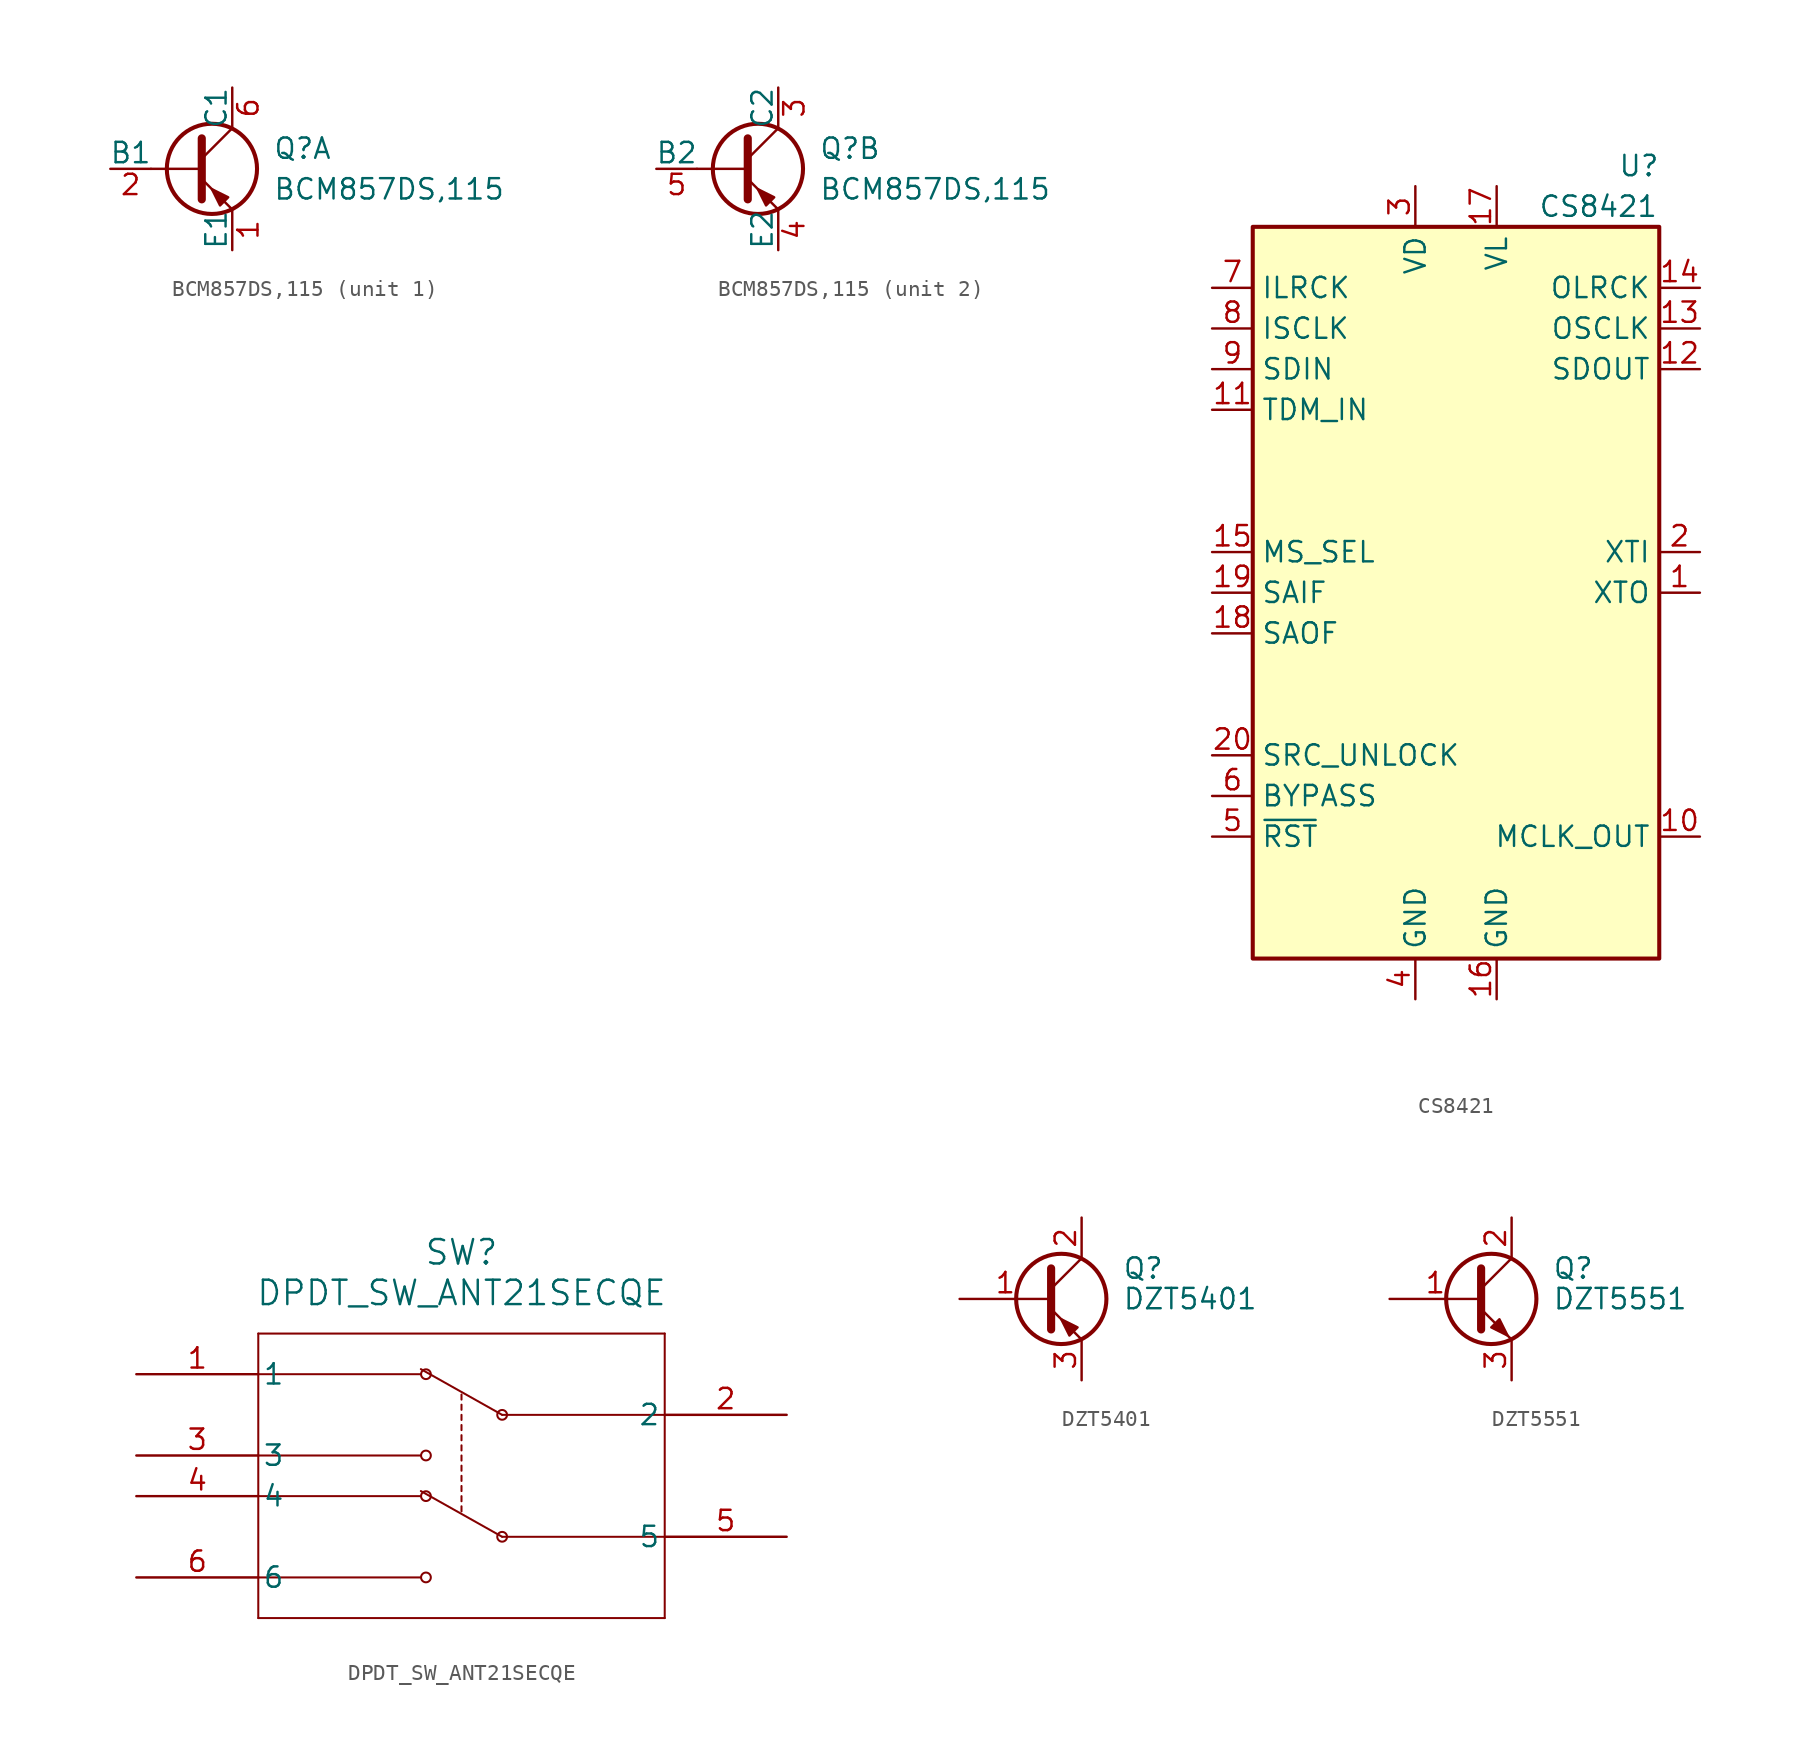
<source format=kicad_sym>
(kicad_symbol_lib
  (version 20231120)
  (generator "kicad_symbol_editor")
  (generator_version "8.0")
  (symbol "BCM857DS,115"
    (pin_names
      (offset 0))
    (property "Reference" "Q"
      (at 5.08 1.27 0)
      (effects (font (size 1.27 1.27)) (justify left)))
    (property "Value" "BCM857DS,115"
      (at 5.08 -1.27 0)
      (effects (font (size 1.27 1.27)) (justify left)))
    (symbol "BCM857DS,115_0_1"
      (polyline (pts (xy 0.635 0) (xy -2.54 0)) (stroke (width 0) (type solid)) (fill (type none)))
      (polyline (pts (xy 0.635 0.635) (xy 2.54 2.54)) (stroke (width 0) (type solid)) (fill (type none)))
      (polyline (pts (xy 0.635 -0.635) (xy 2.54 -2.54) (xy 2.54 -2.54)) (stroke (width 0) (type solid)) (fill (type none)))
      (polyline (pts (xy 0.635 1.905) (xy 0.635 -1.905) (xy 0.635 -1.905)) (stroke (width 0.508) (type solid)) (fill (type none)))
      (polyline (pts (xy 2.286 -1.778) (xy 1.778 -2.286) (xy 1.27 -1.27) (xy 2.286 -1.778) (xy 2.286 -1.778)) (stroke (width 0) (type solid)) (fill (type outline)))
      (circle (center 1.27 0) (radius 2.819) (stroke (width 0.254) (type solid)) (fill (type none))))
    (symbol "BCM857DS,115_1_1"
      (pin passive line (at 2.54 -5.08 90) (length 2.54) (name "E1" (effects (font (size 1.27 1.27)))) (number "1" (effects (font (size 1.27 1.27)))))
      (pin input line (at -5.08 0 0) (length 2.54) (name "B1" (effects (font (size 1.27 1.27)))) (number "2" (effects (font (size 1.27 1.27)))))
      (pin passive line (at 2.54 5.08 270) (length 2.54) (name "C1" (effects (font (size 1.27 1.27)))) (number "6" (effects (font (size 1.27 1.27))))))
    (symbol "BCM857DS,115_2_1"
      (pin passive line (at 2.54 5.08 270) (length 2.54) (name "C2" (effects (font (size 1.27 1.27)))) (number "3" (effects (font (size 1.27 1.27)))))
      (pin passive line (at 2.54 -5.08 90) (length 2.54) (name "E2" (effects (font (size 1.27 1.27)))) (number "4" (effects (font (size 1.27 1.27)))))
      (pin input line (at -5.08 0 0) (length 2.54) (name "B2" (effects (font (size 1.27 1.27)))) (number "5" (effects (font (size 1.27 1.27)))))))
  (symbol "CS8421"
    (property "Reference" "U"
      (at 11.43 26.67 0)
      (effects (font (size 1.27 1.27))))
    (property "Value" "CS8421"
      (at 8.89 24.13 0)
      (effects (font (size 1.27 1.27))))
    (symbol "CS8421_0_1"
      (rectangle (start -12.7 22.86) (end 12.7 -22.86) (stroke (width 0.254) (type solid)) (fill (type background))))
    (symbol "CS8421_1_1"
      (pin output line (at 15.24 0 180) (length 2.54) (name "XTO" (effects (font (size 1.27 1.27)))) (number "1" (effects (font (size 1.27 1.27)))))
      (pin output line (at 15.24 -15.24 180) (length 2.54) (name "MCLK_OUT" (effects (font (size 1.27 1.27)))) (number "10" (effects (font (size 1.27 1.27)))))
      (pin input line (at -15.24 11.43 0) (length 2.54) (name "TDM_IN" (effects (font (size 1.27 1.27)))) (number "11" (effects (font (size 1.27 1.27)))))
      (pin bidirectional line (at 15.24 13.97 180) (length 2.54) (name "SDOUT" (effects (font (size 1.27 1.27)))) (number "12" (effects (font (size 1.27 1.27)))))
      (pin bidirectional line (at 15.24 16.51 180) (length 2.54) (name "OSCLK" (effects (font (size 1.27 1.27)))) (number "13" (effects (font (size 1.27 1.27)))))
      (pin bidirectional line (at 15.24 19.05 180) (length 2.54) (name "OLRCK" (effects (font (size 1.27 1.27)))) (number "14" (effects (font (size 1.27 1.27)))))
      (pin input line (at -15.24 2.54 0) (length 2.54) (name "MS_SEL" (effects (font (size 1.27 1.27)))) (number "15" (effects (font (size 1.27 1.27)))))
      (pin power_in line (at 2.54 -25.4 90) (length 2.54) (name "GND" (effects (font (size 1.27 1.27)))) (number "16" (effects (font (size 1.27 1.27)))))
      (pin power_in line (at 2.54 25.4 270) (length 2.54) (name "VL" (effects (font (size 1.27 1.27)))) (number "17" (effects (font (size 1.27 1.27)))))
      (pin input line (at -15.24 -2.54 0) (length 2.54) (name "SAOF" (effects (font (size 1.27 1.27)))) (number "18" (effects (font (size 1.27 1.27)))))
      (pin input line (at -15.24 0 0) (length 2.54) (name "SAIF" (effects (font (size 1.27 1.27)))) (number "19" (effects (font (size 1.27 1.27)))))
      (pin input line (at 15.24 2.54 180) (length 2.54) (name "XTI" (effects (font (size 1.27 1.27)))) (number "2" (effects (font (size 1.27 1.27)))))
      (pin output line (at -15.24 -10.16 0) (length 2.54) (name "SRC_UNLOCK" (effects (font (size 1.27 1.27)))) (number "20" (effects (font (size 1.27 1.27)))))
      (pin power_in line (at -2.54 25.4 270) (length 2.54) (name "VD" (effects (font (size 1.27 1.27)))) (number "3" (effects (font (size 1.27 1.27)))))
      (pin power_in line (at -2.54 -25.4 90) (length 2.54) (name "GND" (effects (font (size 1.27 1.27)))) (number "4" (effects (font (size 1.27 1.27)))))
      (pin input line (at -15.24 -15.24 0) (length 2.54) (name "~{RST}" (effects (font (size 1.27 1.27)))) (number "5" (effects (font (size 1.27 1.27)))))
      (pin input line (at -15.24 -12.7 0) (length 2.54) (name "BYPASS" (effects (font (size 1.27 1.27)))) (number "6" (effects (font (size 1.27 1.27)))))
      (pin bidirectional line (at -15.24 19.05 0) (length 2.54) (name "ILRCK" (effects (font (size 1.27 1.27)))) (number "7" (effects (font (size 1.27 1.27)))))
      (pin bidirectional line (at -15.24 16.51 0) (length 2.54) (name "ISCLK" (effects (font (size 1.27 1.27)))) (number "8" (effects (font (size 1.27 1.27)))))
      (pin input line (at -15.24 13.97 0) (length 2.54) (name "SDIN" (effects (font (size 1.27 1.27)))) (number "9" (effects (font (size 1.27 1.27)))))))
  (symbol "DPDT_SW_ANT21SECQE"
    (pin_names
      (offset 0.254))
    (property "Reference" "SW"
      (at 20.32 7.62 0)
      (effects (font (size 1.524 1.524))))
    (property "Value" "DPDT_SW_ANT21SECQE"
      (at 20.32 5.08 0)
      (effects (font (size 1.524 1.524))))
    (symbol "DPDT_SW_ANT21SECQE_0_1"
      (polyline (pts (xy 7.62 -15.24) (xy 33.02 -15.24)) (stroke (width 0.127) (type default)) (fill (type none)))
      (polyline (pts (xy 7.62 -12.7) (xy 17.78 -12.7)) (stroke (width 0.127) (type default)) (fill (type none)))
      (polyline (pts (xy 7.62 -7.62) (xy 17.78 -7.62)) (stroke (width 0.127) (type default)) (fill (type none)))
      (polyline (pts (xy 7.62 -5.08) (xy 17.78 -5.08)) (stroke (width 0.127) (type default)) (fill (type none)))
      (polyline (pts (xy 7.62 0) (xy 17.78 0)) (stroke (width 0.127) (type default)) (fill (type none)))
      (polyline (pts (xy 7.62 2.54) (xy 7.62 -15.24)) (stroke (width 0.127) (type default)) (fill (type none)))
      (polyline (pts (xy 20.32 -8.255) (xy 20.32 -8.572)) (stroke (width 0.127) (type default)) (fill (type none)))
      (polyline (pts (xy 20.32 -7.62) (xy 20.32 -7.938)) (stroke (width 0.127) (type default)) (fill (type none)))
      (polyline (pts (xy 20.32 -6.985) (xy 20.32 -7.303)) (stroke (width 0.127) (type default)) (fill (type none)))
      (polyline (pts (xy 20.32 -6.35) (xy 20.32 -6.668)) (stroke (width 0.127) (type default)) (fill (type none)))
      (polyline (pts (xy 20.32 -5.715) (xy 20.32 -6.032)) (stroke (width 0.127) (type default)) (fill (type none)))
      (polyline (pts (xy 20.32 -5.08) (xy 20.32 -5.397)) (stroke (width 0.127) (type default)) (fill (type none)))
      (polyline (pts (xy 20.32 -4.445) (xy 20.32 -4.763)) (stroke (width 0.127) (type default)) (fill (type none)))
      (polyline (pts (xy 20.32 -3.81) (xy 20.32 -4.128)) (stroke (width 0.127) (type default)) (fill (type none)))
      (polyline (pts (xy 20.32 -3.175) (xy 20.32 -3.493)) (stroke (width 0.127) (type default)) (fill (type none)))
      (polyline (pts (xy 20.32 -2.54) (xy 20.32 -2.857)) (stroke (width 0.127) (type default)) (fill (type none)))
      (polyline (pts (xy 20.32 -1.905) (xy 20.32 -2.223)) (stroke (width 0.127) (type default)) (fill (type none)))
      (polyline (pts (xy 20.32 -1.27) (xy 20.32 -1.587)) (stroke (width 0.127) (type default)) (fill (type none)))
      (polyline (pts (xy 22.86 -10.16) (xy 17.78 -7.303)) (stroke (width 0.127) (type default)) (fill (type none)))
      (polyline (pts (xy 22.86 -2.54) (xy 17.78 0.318)) (stroke (width 0.127) (type default)) (fill (type none)))
      (polyline (pts (xy 33.02 -15.24) (xy 33.02 2.54)) (stroke (width 0.127) (type default)) (fill (type none)))
      (polyline (pts (xy 33.02 -10.16) (xy 22.86 -10.16)) (stroke (width 0.127) (type default)) (fill (type none)))
      (polyline (pts (xy 33.02 -2.54) (xy 22.86 -2.54)) (stroke (width 0.127) (type default)) (fill (type none)))
      (polyline (pts (xy 33.02 2.54) (xy 7.62 2.54)) (stroke (width 0.127) (type default)) (fill (type none)))
      (circle (center 18.098 -12.7) (radius 0.305) (stroke (width 0.127) (type default)) (fill (type none)))
      (circle (center 18.098 -7.62) (radius 0.305) (stroke (width 0.127) (type default)) (fill (type none)))
      (circle (center 18.098 -5.08) (radius 0.305) (stroke (width 0.127) (type default)) (fill (type none)))
      (circle (center 18.098 0) (radius 0.305) (stroke (width 0.127) (type default)) (fill (type none)))
      (circle (center 22.86 -10.16) (radius 0.305) (stroke (width 0.127) (type default)) (fill (type none)))
      (circle (center 22.86 -2.54) (radius 0.305) (stroke (width 0.127) (type default)) (fill (type none)))
      (pin unspecified line (at 0 0 0) (length 7.62) (name "1" (effects (font (size 1.27 1.27)))) (number "1" (effects (font (size 1.27 1.27)))))
      (pin unspecified line (at 40.64 -2.54 180) (length 7.62) (name "2" (effects (font (size 1.27 1.27)))) (number "2" (effects (font (size 1.27 1.27)))))
      (pin unspecified line (at 0 -5.08 0) (length 7.62) (name "3" (effects (font (size 1.27 1.27)))) (number "3" (effects (font (size 1.27 1.27)))))
      (pin unspecified line (at 0 -7.62 0) (length 7.62) (name "4" (effects (font (size 1.27 1.27)))) (number "4" (effects (font (size 1.27 1.27)))))
      (pin unspecified line (at 40.64 -10.16 180) (length 7.62) (name "5" (effects (font (size 1.27 1.27)))) (number "5" (effects (font (size 1.27 1.27)))))
      (pin unspecified line (at 0 -12.7 0) (length 7.62) (name "6" (effects (font (size 1.27 1.27)))) (number "6" (effects (font (size 1.27 1.27)))))))
  (symbol "DZT5401"
    (pin_names
      (offset 0) hide)
    (property "Reference" "Q"
      (at 5.08 1.905 0)
      (effects (font (size 1.27 1.27)) (justify left)))
    (property "Value" "DZT5401"
      (at 5.08 0 0)
      (effects (font (size 1.27 1.27)) (justify left)))
    (symbol "DZT5401_0_1"
      (polyline (pts (xy 0.635 0.635) (xy 2.54 2.54)) (stroke (width 0) (type solid)) (fill (type none)))
      (polyline (pts (xy 0.635 -0.635) (xy 2.54 -2.54) (xy 2.54 -2.54)) (stroke (width 0) (type solid)) (fill (type none)))
      (polyline (pts (xy 0.635 1.905) (xy 0.635 -1.905) (xy 0.635 -1.905)) (stroke (width 0.508) (type solid)) (fill (type none)))
      (polyline (pts (xy 2.286 -1.778) (xy 1.778 -2.286) (xy 1.27 -1.27) (xy 2.286 -1.778) (xy 2.286 -1.778)) (stroke (width 0) (type solid)) (fill (type outline)))
      (circle (center 1.27 0) (radius 2.819) (stroke (width 0.254) (type solid)) (fill (type none))))
    (symbol "DZT5401_1_1"
      (pin input line (at -5.08 0 0) (length 5.715) (name "B" (effects (font (size 1.27 1.27)))) (number "1" (effects (font (size 1.27 1.27)))))
      (pin passive line (at 2.54 5.08 270) (length 2.54) (name "C" (effects (font (size 1.27 1.27)))) (number "2" (effects (font (size 1.27 1.27)))))
      (pin passive line (at 2.54 -5.08 90) (length 2.54) (name "E" (effects (font (size 1.27 1.27)))) (number "3" (effects (font (size 1.27 1.27)))))))
  (symbol "DZT5551"
    (pin_names
      (offset 0) hide)
    (property "Reference" "Q"
      (at 5.08 1.905 0)
      (effects (font (size 1.27 1.27)) (justify left)))
    (property "Value" "DZT5551"
      (at 5.08 0 0)
      (effects (font (size 1.27 1.27)) (justify left)))
    (symbol "DZT5551_0_1"
      (polyline (pts (xy 0.635 0.635) (xy 2.54 2.54)) (stroke (width 0) (type solid)) (fill (type none)))
      (polyline (pts (xy 0.635 -0.635) (xy 2.54 -2.54) (xy 2.54 -2.54)) (stroke (width 0) (type solid)) (fill (type none)))
      (polyline (pts (xy 0.635 1.905) (xy 0.635 -1.905) (xy 0.635 -1.905)) (stroke (width 0.508) (type solid)) (fill (type none)))
      (polyline (pts (xy 1.27 -1.778) (xy 1.778 -1.27) (xy 2.286 -2.286) (xy 1.27 -1.778) (xy 1.27 -1.778)) (stroke (width 0) (type solid)) (fill (type outline)))
      (circle (center 1.27 0) (radius 2.819) (stroke (width 0.254) (type solid)) (fill (type none))))
    (symbol "DZT5551_1_1"
      (pin input line (at -5.08 0 0) (length 5.715) (name "B" (effects (font (size 1.27 1.27)))) (number "1" (effects (font (size 1.27 1.27)))))
      (pin passive line (at 2.54 5.08 270) (length 2.54) (name "C" (effects (font (size 1.27 1.27)))) (number "2" (effects (font (size 1.27 1.27)))))
      (pin passive line (at 2.54 -5.08 90) (length 2.54) (name "E" (effects (font (size 1.27 1.27)))) (number "3" (effects (font (size 1.27 1.27))))))))
</source>
